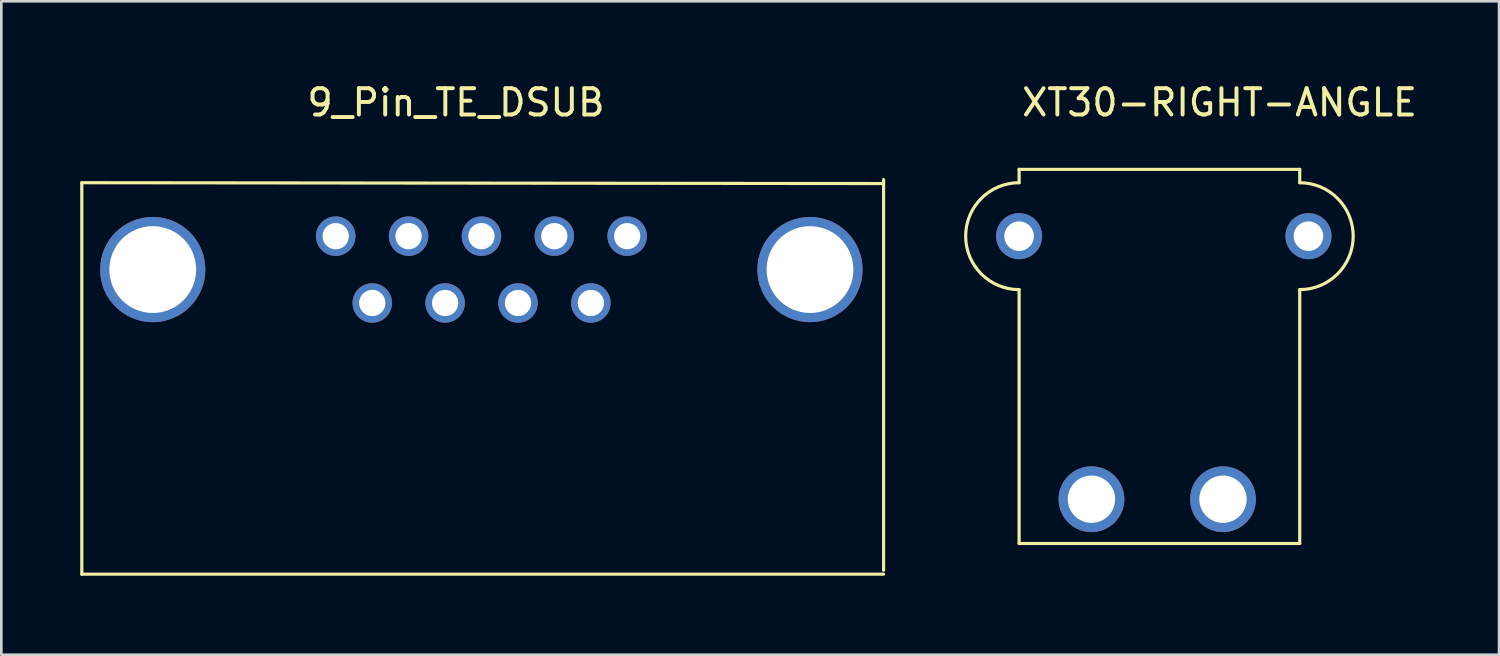
<source format=kicad_pcb>
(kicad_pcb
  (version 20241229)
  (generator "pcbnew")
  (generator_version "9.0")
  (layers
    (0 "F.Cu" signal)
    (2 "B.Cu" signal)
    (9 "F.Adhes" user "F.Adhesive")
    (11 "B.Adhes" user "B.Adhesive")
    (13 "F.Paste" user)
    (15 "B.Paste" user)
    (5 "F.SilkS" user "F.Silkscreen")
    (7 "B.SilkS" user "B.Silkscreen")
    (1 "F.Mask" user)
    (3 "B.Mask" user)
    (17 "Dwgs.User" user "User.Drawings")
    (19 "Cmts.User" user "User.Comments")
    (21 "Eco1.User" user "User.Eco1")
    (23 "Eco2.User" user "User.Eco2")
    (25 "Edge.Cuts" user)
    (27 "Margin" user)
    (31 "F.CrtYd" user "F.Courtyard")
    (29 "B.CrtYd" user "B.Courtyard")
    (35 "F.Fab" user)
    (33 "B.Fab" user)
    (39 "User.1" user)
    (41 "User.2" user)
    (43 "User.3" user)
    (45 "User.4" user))
  (footprint "9_Pin_TE_DSUB"
    (layer "F.Cu")
    (at 9.712 5.928)
    (property "Reference" "9_Pin_TE_DSUB" (at 4.572 -5.08 0) (layer "F.SilkS") (effects (font (size 1 1) (thickness 0.15))))
    (attr through_hole)
    (fp_line (start -9.652 -2.032) (end -9.652 12.85) (stroke (width 0.12) (type solid)) (layer "F.SilkS"))
    (fp_line (start -9.652 12.85) (end 20.828 12.85) (stroke (width 0.12) (type solid)) (layer "F.SilkS"))
    (fp_line (start 20.828 -2.15) (end 20.828 12.7) (stroke (width 0.12) (type solid)) (layer "F.SilkS"))
    (fp_line (start 20.828 -2) (end -9.652 -2.032) (stroke (width 0.12) (type solid)) (layer "F.SilkS"))
    (pad "1" thru_hole circle (at 0 0) (size 1.5 1.5) (drill 1) (layers "*.Cu" "*.Mask"))
    (pad "1" thru_hole circle (at 1.39 2.54) (size 1.5 1.5) (drill 1) (layers "*.Cu" "*.Mask"))
    (pad "1" thru_hole circle (at 2.77 0) (size 1.5 1.5) (drill 1) (layers "*.Cu" "*.Mask"))
    (pad "1" thru_hole circle (at 4.16 2.54) (size 1.5 1.5) (drill 1) (layers "*.Cu" "*.Mask"))
    (pad "1" thru_hole circle (at 5.54 0) (size 1.5 1.5) (drill 1) (layers "*.Cu" "*.Mask"))
    (pad "1" thru_hole circle (at 6.93 2.54) (size 1.5 1.5) (drill 1) (layers "*.Cu" "*.Mask"))
    (pad "1" thru_hole circle (at 8.31 0) (size 1.5 1.5) (drill 1) (layers "*.Cu" "*.Mask"))
    (pad "1" thru_hole circle (at 9.7 2.54) (size 1.5 1.5) (drill 1) (layers "*.Cu" "*.Mask"))
    (pad "1" thru_hole circle (at 11.08 0) (size 1.5 1.5) (drill 1) (layers "*.Cu" "*.Mask"))
    (pad "3" thru_hole circle (at -6.955 1.27) (size 4 4) (drill 3.3) (layers "*.Cu" "*.Mask"))
    (pad "3" thru_hole circle (at 18.03 1.27) (size 4 4) (drill 3.3) (layers "*.Cu" "*.Mask")))
  (footprint "XT30-RIGHT-ANGLE"
    (layer "F.Cu")
    (at 35.692 5.928)
    (property "Reference" "XT30-RIGHT-ANGLE" (at 7.62 -5.08 0) (layer "F.SilkS") (effects (font (size 1 1) (thickness 0.15))))
    (attr through_hole)
    (fp_line (start 0 -2.54) (end 10.668 -2.54) (stroke (width 0.12) (type solid)) (layer "F.SilkS"))
    (fp_line (start 0 -2.032) (end 0 -2.54) (stroke (width 0.12) (type solid)) (layer "F.SilkS"))
    (fp_line (start 0 2.032) (end 0 11.684) (stroke (width 0.12) (type solid)) (layer "F.SilkS"))
    (fp_line (start 0 11.684) (end 10.668 11.684) (stroke (width 0.12) (type solid)) (layer "F.SilkS"))
    (fp_line (start 10.668 -2.54) (end 10.668 -2.032) (stroke (width 0.12) (type solid)) (layer "F.SilkS"))
    (fp_line (start 10.668 11.684) (end 10.668 2.032) (stroke (width 0.12) (type solid)) (layer "F.SilkS"))
    (fp_arc (start 0 2.032) (mid -2.032 0) (end 0 -2.032) (stroke (width 0.12) (type solid)) (layer "F.SilkS"))
    (fp_arc (start 10.668 -2.032) (mid 12.7 0) (end 10.668 2.032) (stroke (width 0.12) (type solid)) (layer "F.SilkS"))
    (pad "1" thru_hole circle (at 2.75 10) (size 2.5 2.5) (drill 1.8) (layers "*.Cu" "*.Mask"))
    (pad "2" thru_hole circle (at 7.75 10) (size 2.5 2.5) (drill 1.8) (layers "*.Cu" "*.Mask"))
    (pad "3" thru_hole circle (at 0 0) (size 1.75 1.75) (drill 1.125) (layers "*.Cu" "*.Mask"))
    (pad "3" thru_hole circle (at 11 0) (size 1.75 1.75) (drill 1.125) (layers "*.Cu" "*.Mask")))
  (gr_rect
    (start -3 -3)
    (end 53.937 21.838)
    (stroke (width 0.1) (type default))
    (fill no)
    (layer "Edge.Cuts")))
</source>
